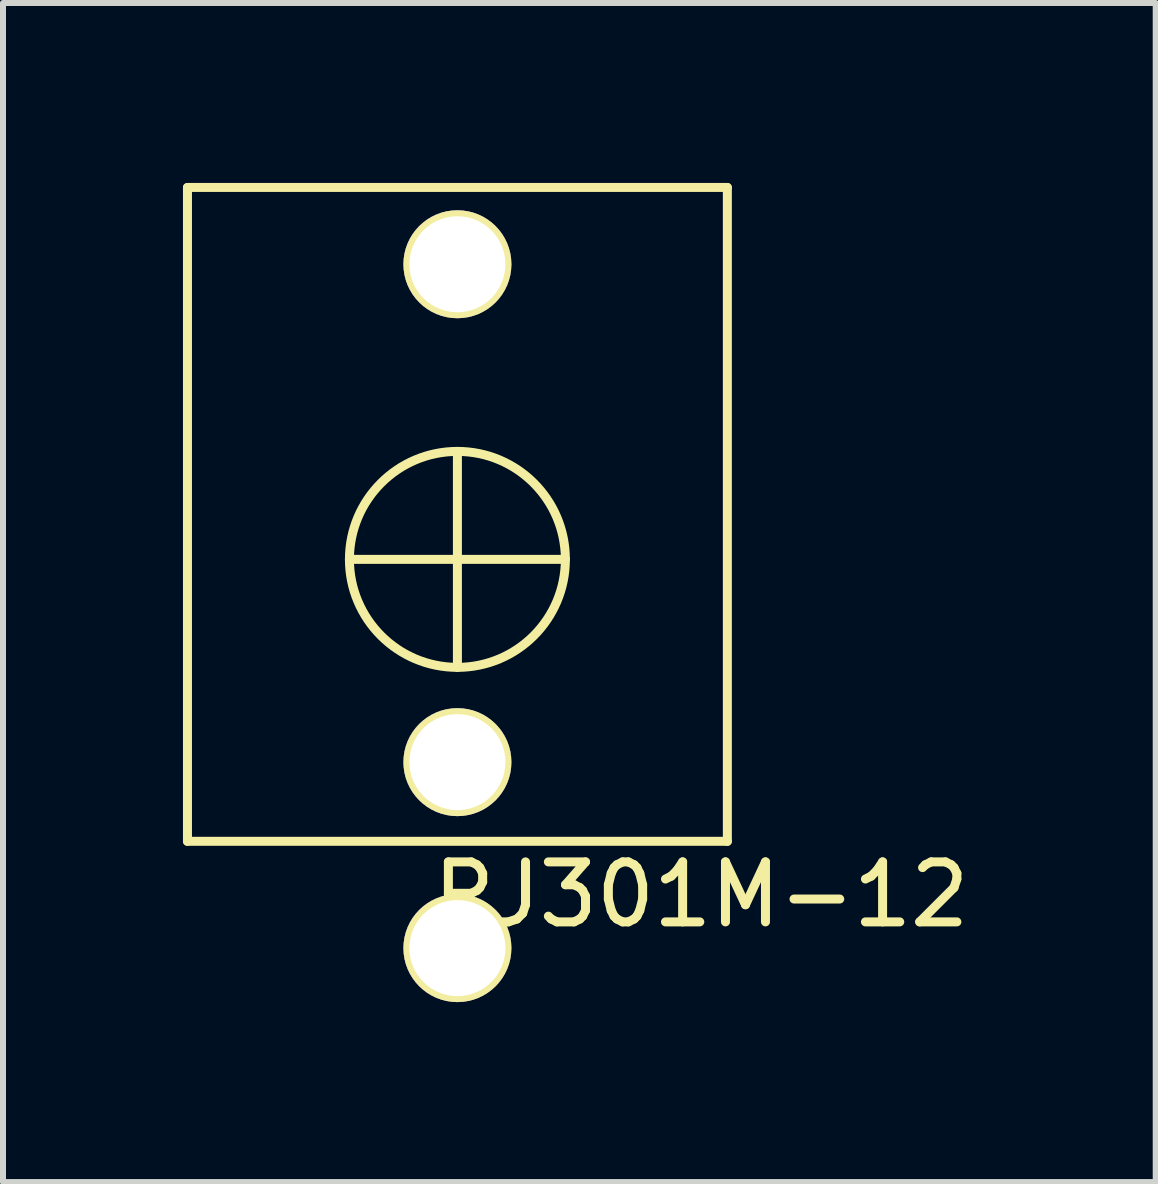
<source format=kicad_pcb>
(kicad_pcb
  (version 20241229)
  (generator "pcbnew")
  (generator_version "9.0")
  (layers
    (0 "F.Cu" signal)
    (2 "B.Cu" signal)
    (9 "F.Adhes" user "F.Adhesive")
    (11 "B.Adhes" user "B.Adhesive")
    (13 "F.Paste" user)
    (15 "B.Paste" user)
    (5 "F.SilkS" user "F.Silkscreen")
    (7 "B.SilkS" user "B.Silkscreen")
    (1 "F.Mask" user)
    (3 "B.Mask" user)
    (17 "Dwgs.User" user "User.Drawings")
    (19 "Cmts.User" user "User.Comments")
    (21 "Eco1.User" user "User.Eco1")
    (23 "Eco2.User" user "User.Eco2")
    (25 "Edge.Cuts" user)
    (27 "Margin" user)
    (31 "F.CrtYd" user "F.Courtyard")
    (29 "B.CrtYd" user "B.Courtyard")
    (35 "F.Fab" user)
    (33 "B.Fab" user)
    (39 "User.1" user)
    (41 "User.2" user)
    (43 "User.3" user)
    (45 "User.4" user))
  (footprint "PJ301M-12"
    (layer "F.Cu")
    (at 4.575 6.275)
    (property "Reference" "PJ301M-12" (at 4.064 5.588 0) (layer "F.SilkS") (effects (font (size 1 1) (thickness 0.15))))
    (attr through_hole)
    (fp_line (start -4.5 -6.2) (end -4.5 4.7) (stroke (width 0.15) (type solid)) (layer "F.SilkS"))
    (fp_line (start -4.5 -6.2) (end 4.5 -6.2) (stroke (width 0.15) (type solid)) (layer "F.SilkS"))
    (fp_line (start -4.5 4.7) (end 4.5 4.7) (stroke (width 0.15) (type solid)) (layer "F.SilkS"))
    (fp_line (start -1.8 0) (end 1.8 0) (stroke (width 0.15) (type solid)) (layer "F.SilkS"))
    (fp_line (start 0 -1.8) (end 0 1.8) (stroke (width 0.15) (type solid)) (layer "F.SilkS"))
    (fp_line (start 4.5 -6.2) (end 4.5 4.7) (stroke (width 0.15) (type solid)) (layer "F.SilkS"))
    (fp_circle (center 0 0) (end 1.8 0) (stroke (width 0.15) (type solid)) (fill no) (layer "F.SilkS"))
    (pad "1" thru_hole circle (at 0 6.48) (size 1.8 1.8) (drill 1.6) (layers "*.Cu" "*.Mask" "F.SilkS"))
    (pad "2" thru_hole circle (at 0 3.38) (size 1.8 1.8) (drill 1.6) (layers "*.Cu" "*.Mask" "F.SilkS"))
    (pad "3" thru_hole circle (at 0 -4.92) (size 1.8 1.8) (drill 1.6) (layers "*.Cu" "*.Mask" "F.SilkS")))
  (gr_rect
    (start -3 -3)
    (end 16.216 16.655)
    (stroke (width 0.1) (type default))
    (fill no)
    (layer "Edge.Cuts")))
</source>
